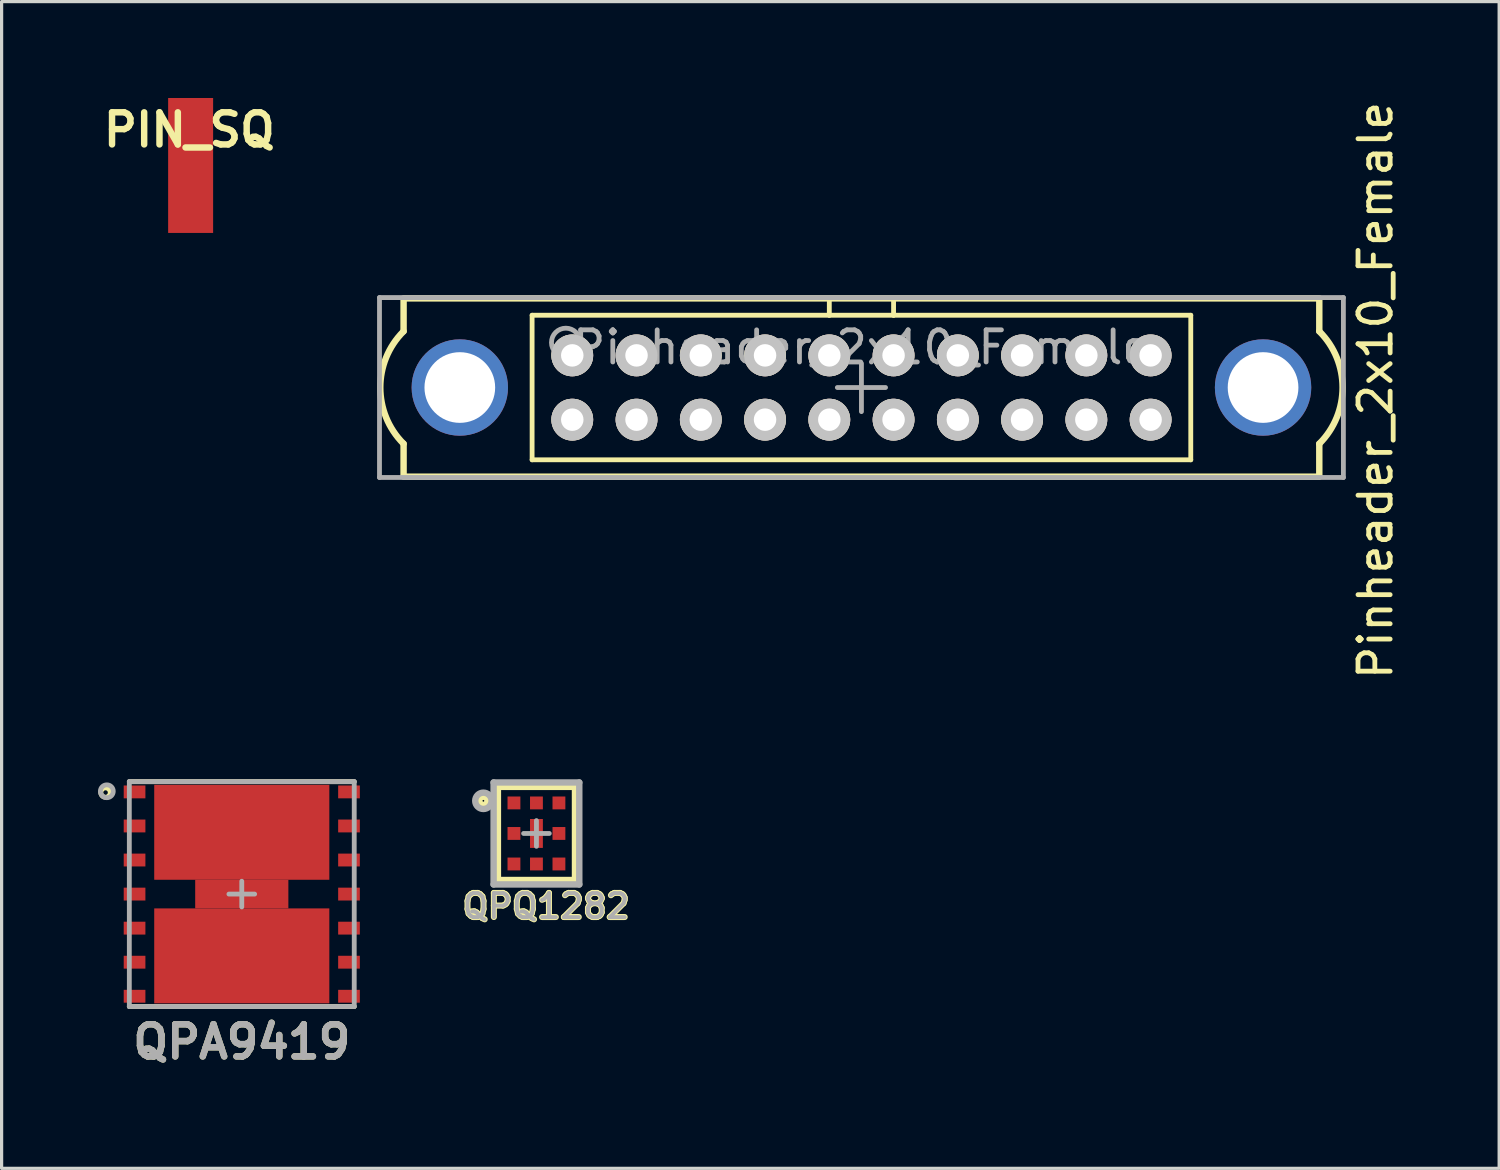
<source format=kicad_pcb>
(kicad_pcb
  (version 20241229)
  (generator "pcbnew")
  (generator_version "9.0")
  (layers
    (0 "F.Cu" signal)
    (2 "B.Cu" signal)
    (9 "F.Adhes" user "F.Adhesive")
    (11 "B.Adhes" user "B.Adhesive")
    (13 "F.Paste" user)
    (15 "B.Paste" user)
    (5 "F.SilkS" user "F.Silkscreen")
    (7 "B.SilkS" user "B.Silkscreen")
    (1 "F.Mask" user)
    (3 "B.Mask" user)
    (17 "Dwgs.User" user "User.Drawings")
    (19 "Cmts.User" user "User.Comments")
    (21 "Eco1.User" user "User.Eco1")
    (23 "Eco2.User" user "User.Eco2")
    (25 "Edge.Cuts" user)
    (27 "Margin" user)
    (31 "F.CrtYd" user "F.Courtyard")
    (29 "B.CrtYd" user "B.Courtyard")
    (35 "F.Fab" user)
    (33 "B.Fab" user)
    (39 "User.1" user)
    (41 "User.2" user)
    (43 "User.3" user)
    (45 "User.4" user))
  (footprint "QPA9419"
    (layer "F.Cu")
    (at 4.475 24.777)
    (property "Reference" "QPA9419" (at 0 4.6 0) (layer "F.SilkS") (effects (font (size 1 1) (thickness 0.2))))
    (attr through_hole)
    (fp_line (start -3.5 -3.5) (end 3.5 -3.5) (stroke (width 0.15) (type solid)) (layer "F.SilkS"))
    (fp_line (start -3.5 3.5) (end 3.5 3.5) (stroke (width 0.15) (type solid)) (layer "F.SilkS"))
    (fp_circle (center -4.24 -3.16) (end -4.133 -3.06) (stroke (width 0.152) (type solid)) (fill no) (layer "F.SilkS"))
    (fp_line (start -3.5 -3.5) (end -3.5 3.5) (stroke (width 0.15) (type solid)) (layer "F.Fab"))
    (fp_line (start -3.5 -3.5) (end 3.5 -3.5) (stroke (width 0.15) (type solid)) (layer "F.Fab"))
    (fp_line (start -3.5 3.5) (end 3.5 3.5) (stroke (width 0.15) (type solid)) (layer "F.Fab"))
    (fp_line (start -0.4 0) (end 0.4 0) (stroke (width 0.15) (type solid)) (layer "F.Fab"))
    (fp_line (start 0 -0.4) (end 0 0.4) (stroke (width 0.15) (type solid)) (layer "F.Fab"))
    (fp_line (start 3.5 -3.5) (end 3.5 3.5) (stroke (width 0.15) (type solid)) (layer "F.Fab"))
    (fp_circle (center -4.2 -3.2) (end -4 -3.2) (stroke (width 0.15) (type solid)) (fill no) (layer "F.Fab"))
    (fp_text user "${REFERENCE}" (at 0 4.6 0) (layer "F.Fab") (effects (font (size 1 1) (thickness 0.2))))
    (pad "1" smd rect (at -3.337 -3.18) (size 0.675 0.4) (layers "F.Cu" "F.Mask" "F.Paste"))
    (pad "2" smd rect (at -3.337 -2.12) (size 0.675 0.4) (layers "F.Cu" "F.Mask" "F.Paste"))
    (pad "3" smd rect (at -3.337 -1.06) (size 0.675 0.4) (layers "F.Cu" "F.Mask" "F.Paste"))
    (pad "4" smd rect (at -3.337 0) (size 0.675 0.4) (layers "F.Cu" "F.Mask" "F.Paste"))
    (pad "5" smd rect (at -3.337 1.06) (size 0.675 0.4) (layers "F.Cu" "F.Mask" "F.Paste"))
    (pad "6" smd rect (at -3.337 2.12) (size 0.675 0.4) (layers "F.Cu" "F.Mask" "F.Paste"))
    (pad "7" smd rect (at -3.337 3.18) (size 0.675 0.4) (layers "F.Cu" "F.Mask" "F.Paste"))
    (pad "8" smd rect (at 3.337 3.18) (size 0.675 0.4) (layers "F.Cu" "F.Mask" "F.Paste"))
    (pad "9" smd rect (at 3.337 2.12) (size 0.675 0.4) (layers "F.Cu" "F.Mask" "F.Paste"))
    (pad "10" smd rect (at 3.337 1.06) (size 0.675 0.4) (layers "F.Cu" "F.Mask" "F.Paste"))
    (pad "11" smd rect (at 3.337 0) (size 0.675 0.4) (layers "F.Cu" "F.Mask" "F.Paste"))
    (pad "12" smd rect (at 3.337 -1.06) (size 0.675 0.4) (layers "F.Cu" "F.Mask" "F.Paste"))
    (pad "13" smd rect (at 3.337 -2.12) (size 0.675 0.4) (layers "F.Cu" "F.Mask" "F.Paste"))
    (pad "14" smd rect (at 3.337 -3.18) (size 0.675 0.4) (layers "F.Cu" "F.Mask" "F.Paste"))
    (pad "15" smd rect (at 0 -1.923) (size 5.45 2.955) (layers "F.Cu" "F.Mask" "F.Paste"))
    (pad "15" smd rect (at 0 0) (size 2.9 0.89) (layers "F.Cu" "F.Mask" "F.Paste"))
    (pad "15" smd rect (at 0 1.923) (size 5.45 2.955) (layers "F.Cu" "F.Mask" "F.Paste")))
  (footprint "Pinheader_2x10_Female"
    (layer "F.Cu")
    (at 23.761 9.011)
    (property "Reference" "Pinheader_2x10_Female" (at 16 0.09 90) (layer "F.SilkS") (effects (font (size 1 1) (thickness 0.15))))
    (attr through_hole)
    (fp_line (start -14.25 -2.775) (end 14.25 -2.775) (stroke (width 0.2) (type solid)) (layer "F.SilkS"))
    (fp_line (start -14.25 -1.75) (end -14.25 -2.75) (stroke (width 0.2) (type solid)) (layer "F.SilkS"))
    (fp_line (start -14.25 1.75) (end -14.25 2.75) (stroke (width 0.2) (type solid)) (layer "F.SilkS"))
    (fp_line (start -10.25 -2.25) (end -10.25 2.25) (stroke (width 0.15) (type solid)) (layer "F.SilkS"))
    (fp_line (start -10.25 2.25) (end 10.25 2.25) (stroke (width 0.15) (type solid)) (layer "F.SilkS"))
    (fp_line (start -1 -2.75) (end -1 -2.25) (stroke (width 0.15) (type solid)) (layer "F.SilkS"))
    (fp_line (start -1 -2.25) (end -10.25 -2.25) (stroke (width 0.15) (type solid)) (layer "F.SilkS"))
    (fp_line (start -1 -2.25) (end 1 -2.25) (stroke (width 0.15) (type solid)) (layer "F.SilkS"))
    (fp_line (start 1 -2.25) (end 1 -2.75) (stroke (width 0.15) (type solid)) (layer "F.SilkS"))
    (fp_line (start 1 -2.25) (end 10.25 -2.25) (stroke (width 0.15) (type solid)) (layer "F.SilkS"))
    (fp_line (start 10.25 2.25) (end 10.25 -2.25) (stroke (width 0.15) (type solid)) (layer "F.SilkS"))
    (fp_line (start 14.25 -1.75) (end 14.25 -2.75) (stroke (width 0.2) (type solid)) (layer "F.SilkS"))
    (fp_line (start 14.25 1.75) (end 14.25 2.75) (stroke (width 0.2) (type solid)) (layer "F.SilkS"))
    (fp_line (start 14.25 2.775) (end -14.25 2.775) (stroke (width 0.2) (type solid)) (layer "F.SilkS"))
    (fp_arc (start -14.25 1.75) (mid -14.974874 0) (end -14.25 -1.75) (stroke (width 0.2) (type solid)) (layer "F.SilkS"))
    (fp_arc (start 14.25 -1.75) (mid 14.974874 0) (end 14.25 1.75) (stroke (width 0.2) (type solid)) (layer "F.SilkS"))
    (fp_line (start -15 -2.8) (end -15 2.8) (stroke (width 0.15) (type solid)) (layer "F.Fab"))
    (fp_line (start -15 2.8) (end 15 2.8) (stroke (width 0.15) (type solid)) (layer "F.Fab"))
    (fp_line (start -0.75 0) (end 0.75 0) (stroke (width 0.15) (type solid)) (layer "F.Fab"))
    (fp_line (start 0 -0.75) (end 0 0.75) (stroke (width 0.15) (type solid)) (layer "F.Fab"))
    (fp_line (start 15 -2.8) (end -15 -2.8) (stroke (width 0.15) (type solid)) (layer "F.Fab"))
    (fp_line (start 15 2.8) (end 15 -2.8) (stroke (width 0.15) (type solid)) (layer "F.Fab"))
    (fp_circle (center -9.2 -1.4) (end -8.8 -1.2) (stroke (width 0.15) (type solid)) (fill no) (layer "F.Fab"))
    (fp_text user "${REFERENCE}" (at 0 -1.25 0) (layer "F.Fab") (effects (font (size 1 1) (thickness 0.15))))
    (pad "1" thru_hole circle (at -9 -1) (size 1.3 1.3) (drill 0.7) (layers "*.Cu" "*.Mask" "F.SilkS" "B.Paste" "Dwgs.User"))
    (pad "2" thru_hole circle (at -9 1) (size 1.3 1.3) (drill 0.7) (layers "*.Cu" "*.Mask" "F.SilkS" "B.Paste" "Dwgs.User"))
    (pad "3" thru_hole circle (at -7 -1) (size 1.3 1.3) (drill 0.7) (layers "*.Cu" "*.Mask" "F.SilkS" "B.Paste" "Dwgs.User"))
    (pad "4" thru_hole circle (at -7 1) (size 1.3 1.3) (drill 0.7) (layers "*.Cu" "*.Mask" "F.SilkS" "B.Paste" "Dwgs.User"))
    (pad "5" thru_hole circle (at -5 -1) (size 1.3 1.3) (drill 0.7) (layers "*.Cu" "*.Mask" "F.SilkS" "B.Paste" "Dwgs.User"))
    (pad "6" thru_hole circle (at -5 1) (size 1.3 1.3) (drill 0.7) (layers "*.Cu" "*.Mask" "F.SilkS" "B.Paste" "Dwgs.User"))
    (pad "7" thru_hole circle (at -3 -1) (size 1.3 1.3) (drill 0.7) (layers "*.Cu" "*.Mask" "F.SilkS" "B.Paste" "Dwgs.User"))
    (pad "8" thru_hole circle (at -3 1) (size 1.3 1.3) (drill 0.7) (layers "*.Cu" "*.Mask" "F.SilkS" "B.Paste" "Dwgs.User"))
    (pad "9" thru_hole circle (at -1 -1) (size 1.3 1.3) (drill 0.7) (layers "*.Cu" "*.Mask" "F.SilkS" "B.Paste" "Dwgs.User"))
    (pad "10" thru_hole circle (at -1 1) (size 1.3 1.3) (drill 0.7) (layers "*.Cu" "*.Mask" "F.SilkS" "B.Paste" "Dwgs.User"))
    (pad "11" thru_hole circle (at 1 -1) (size 1.3 1.3) (drill 0.7) (layers "*.Cu" "*.Mask" "F.SilkS" "B.Paste" "Dwgs.User"))
    (pad "12" thru_hole circle (at 1 1) (size 1.3 1.3) (drill 0.7) (layers "*.Cu" "*.Mask" "F.SilkS" "B.Paste" "Dwgs.User"))
    (pad "13" thru_hole circle (at 3 -1) (size 1.3 1.3) (drill 0.7) (layers "*.Cu" "*.Mask" "F.SilkS" "B.Paste" "Dwgs.User"))
    (pad "14" thru_hole circle (at 3 1) (size 1.3 1.3) (drill 0.7) (layers "*.Cu" "*.Mask" "F.SilkS" "B.Paste" "Dwgs.User"))
    (pad "15" thru_hole circle (at 5 -1) (size 1.3 1.3) (drill 0.7) (layers "*.Cu" "*.Mask" "F.SilkS" "B.Paste" "Dwgs.User"))
    (pad "16" thru_hole circle (at 5 1) (size 1.3 1.3) (drill 0.7) (layers "*.Cu" "*.Mask" "F.SilkS" "B.Paste" "Dwgs.User"))
    (pad "17" thru_hole circle (at 7 -1) (size 1.3 1.3) (drill 0.7) (layers "*.Cu" "*.Mask" "F.SilkS" "B.Paste" "Dwgs.User"))
    (pad "18" thru_hole circle (at 7 1) (size 1.3 1.3) (drill 0.7) (layers "*.Cu" "*.Mask" "F.SilkS" "B.Paste" "Dwgs.User"))
    (pad "19" thru_hole circle (at 9 -1) (size 1.3 1.3) (drill 0.7) (layers "*.Cu" "*.Mask" "F.SilkS" "B.Paste" "Dwgs.User"))
    (pad "20" thru_hole circle (at 9 1) (size 1.3 1.3) (drill 0.7) (layers "*.Cu" "*.Mask" "F.SilkS" "B.Paste" "Dwgs.User"))
    (pad "21" thru_hole circle (at -12.5 0) (size 3 3) (drill 2.2) (layers "*.Cu" "*.Mask"))
    (pad "22" thru_hole circle (at 12.5 0) (size 3 3) (drill 2.2) (layers "*.Cu" "*.Mask")))
  (footprint "QPQ1282"
    (layer "F.Cu")
    (at 13.646 22.89)
    (property "Reference" "QPQ1282" (at 0.3 2.264 0) (layer "F.SilkS") (effects (font (size 0.75 0.75) (thickness 0.188))))
    (attr through_hole)
    (fp_line (start -1.2 -1.45) (end -1.2 1.45) (stroke (width 0.2) (type solid)) (layer "F.SilkS"))
    (fp_line (start -1.2 -1.45) (end 1.2 -1.45) (stroke (width 0.2) (type solid)) (layer "F.SilkS"))
    (fp_line (start -1.2 1.45) (end 1.2 1.45) (stroke (width 0.2) (type solid)) (layer "F.SilkS"))
    (fp_line (start 1.2 -1.45) (end 1.2 1.45) (stroke (width 0.2) (type solid)) (layer "F.SilkS"))
    (fp_circle (center -1.651 -1.016) (end -1.524 -1.016) (stroke (width 0.2) (type solid)) (fill no) (layer "F.SilkS"))
    (fp_line (start -1.333 -1.587) (end -1.333 1.587) (stroke (width 0.2) (type solid)) (layer "F.Fab"))
    (fp_line (start -1.333 1.587) (end 1.333 1.587) (stroke (width 0.2) (type solid)) (layer "F.Fab"))
    (fp_line (start -0.4 0) (end 0.4 0) (stroke (width 0.15) (type solid)) (layer "F.Fab"))
    (fp_line (start 0 -0.4) (end 0 0.4) (stroke (width 0.15) (type solid)) (layer "F.Fab"))
    (fp_line (start 1.333 -1.587) (end -1.333 -1.587) (stroke (width 0.2) (type solid)) (layer "F.Fab"))
    (fp_line (start 1.333 1.587) (end 1.333 -1.587) (stroke (width 0.2) (type solid)) (layer "F.Fab"))
    (fp_circle (center -1.651 -1.016) (end -1.905 -1.016) (stroke (width 0.2) (type solid)) (fill no) (layer "F.Fab"))
    (fp_text user "${REFERENCE}" (at 0.3 2.264 0) (layer "F.Fab") (effects (font (size 0.75 0.75) (thickness 0.12))))
    (pad "1" smd rect (at -0.7 -0.95) (size 0.4 0.4) (layers "F.Cu" "F.Mask" "F.Paste"))
    (pad "2" smd rect (at -0.7 0) (size 0.4 0.4) (layers "F.Cu" "F.Mask" "F.Paste"))
    (pad "2" smd rect (at 0 0) (size 0.4 0.9) (layers "F.Cu" "F.Mask" "F.Paste"))
    (pad "3" smd rect (at -0.7 0.95) (size 0.4 0.4) (layers "F.Cu" "F.Mask" "F.Paste"))
    (pad "4" smd rect (at 0 0.95) (size 0.4 0.4) (layers "F.Cu" "F.Mask" "F.Paste"))
    (pad "5" smd rect (at 0.7 0.95) (size 0.4 0.4) (layers "F.Cu" "F.Mask" "F.Paste"))
    (pad "6" smd rect (at 0.7 0) (size 0.4 0.4) (layers "F.Cu" "F.Mask" "F.Paste"))
    (pad "7" smd rect (at 0.7 -0.95) (size 0.4 0.4) (layers "F.Cu" "F.Mask" "F.Paste"))
    (pad "8" smd rect (at 0 -0.95) (size 0.4 0.4) (layers "F.Cu" "F.Mask" "F.Paste")))
  (footprint "PIN_SQ"
    (layer "F.Cu")
    (at 2.883 2.1)
    (property "Reference" "PIN_SQ" (at -0.041 -1.107 0) (layer "F.SilkS") (effects (font (size 1 1) (thickness 0.2))))
    (attr through_hole)
    (pad "1" smd rect (at 0 0) (size 1.4 4.2) (layers "F.Cu" "F.Mask" "F.Paste")))
  (gr_rect
    (start -3 -3)
    (end 43.609 33.313)
    (stroke (width 0.1) (type default))
    (fill no)
    (layer "Edge.Cuts")))
</source>
